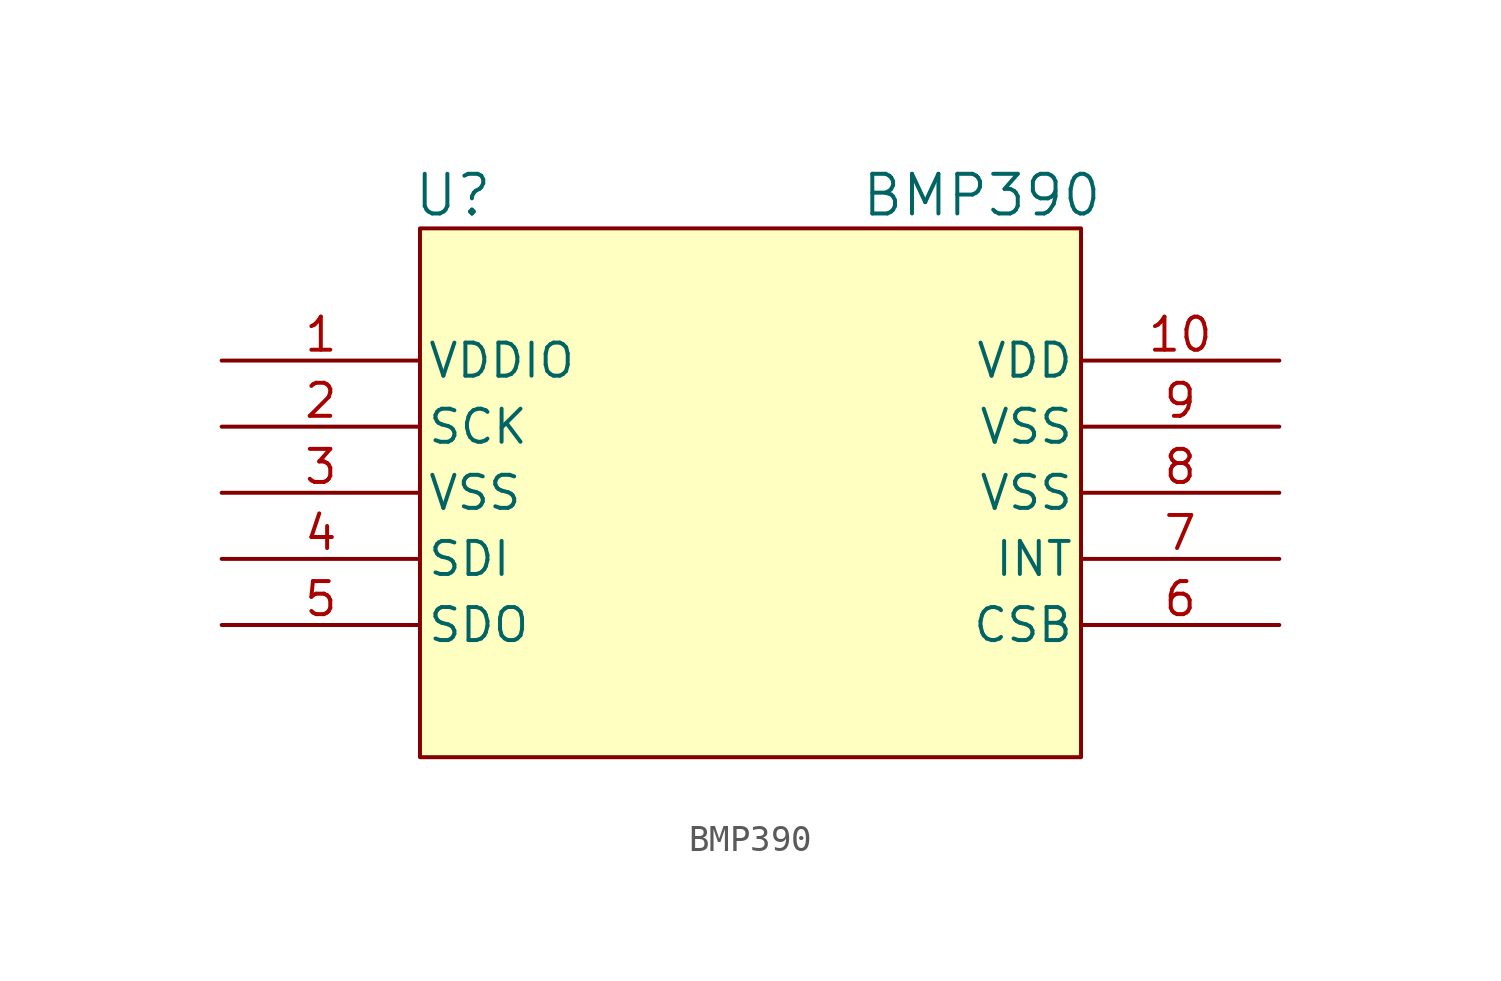
<source format=kicad_sym>
(kicad_symbol_lib
  (version 20220914)
  (generator kicad_symbol_editor)
  (symbol "BMP390"
    (pin_names
      (offset 0.254))
    (property "Reference" "U"
      (at 8.89 6.35 0)
      (effects (font (size 1.524 1.524))))
    (property "Value" "BMP390"
      (at 29.21 6.35 0)
      (effects (font (size 1.524 1.524))))
    (property "ki_locked" ""
      (at 0 0 0)
      (effects (font (size 1.27 1.27))))
    (symbol "BMP390_0_1"
      (pin power_in line (at 0 0 0) (length 7.62) (name "VDDIO" (effects (font (size 1.27 1.27)))) (number "1" (effects (font (size 1.27 1.27)))))
      (pin power_in line (at 40.64 0 180) (length 7.62) (name "VDD" (effects (font (size 1.27 1.27)))) (number "10" (effects (font (size 1.27 1.27)))))
      (pin input line (at 0 -2.54 0) (length 7.62) (name "SCK" (effects (font (size 1.27 1.27)))) (number "2" (effects (font (size 1.27 1.27)))))
      (pin power_out line (at 0 -5.08 0) (length 7.62) (name "VSS" (effects (font (size 1.27 1.27)))) (number "3" (effects (font (size 1.27 1.27)))))
      (pin bidirectional line (at 0 -7.62 0) (length 7.62) (name "SDI" (effects (font (size 1.27 1.27)))) (number "4" (effects (font (size 1.27 1.27)))))
      (pin bidirectional line (at 0 -10.16 0) (length 7.62) (name "SDO" (effects (font (size 1.27 1.27)))) (number "5" (effects (font (size 1.27 1.27)))))
      (pin input line (at 40.64 -10.16 180) (length 7.62) (name "CSB" (effects (font (size 1.27 1.27)))) (number "6" (effects (font (size 1.27 1.27)))))
      (pin input line (at 40.64 -7.62 180) (length 7.62) (name "INT" (effects (font (size 1.27 1.27)))) (number "7" (effects (font (size 1.27 1.27)))))
      (pin power_out line (at 40.64 -5.08 180) (length 7.62) (name "VSS" (effects (font (size 1.27 1.27)))) (number "8" (effects (font (size 1.27 1.27)))))
      (pin power_out line (at 40.64 -2.54 180) (length 7.62) (name "VSS" (effects (font (size 1.27 1.27)))) (number "9" (effects (font (size 1.27 1.27))))))
    (symbol "BMP390_1_1"
      (rectangle (start 7.62 5.08) (end 33.02 -15.24) (stroke (width 0) (type default)) (fill (type background))))))
</source>
